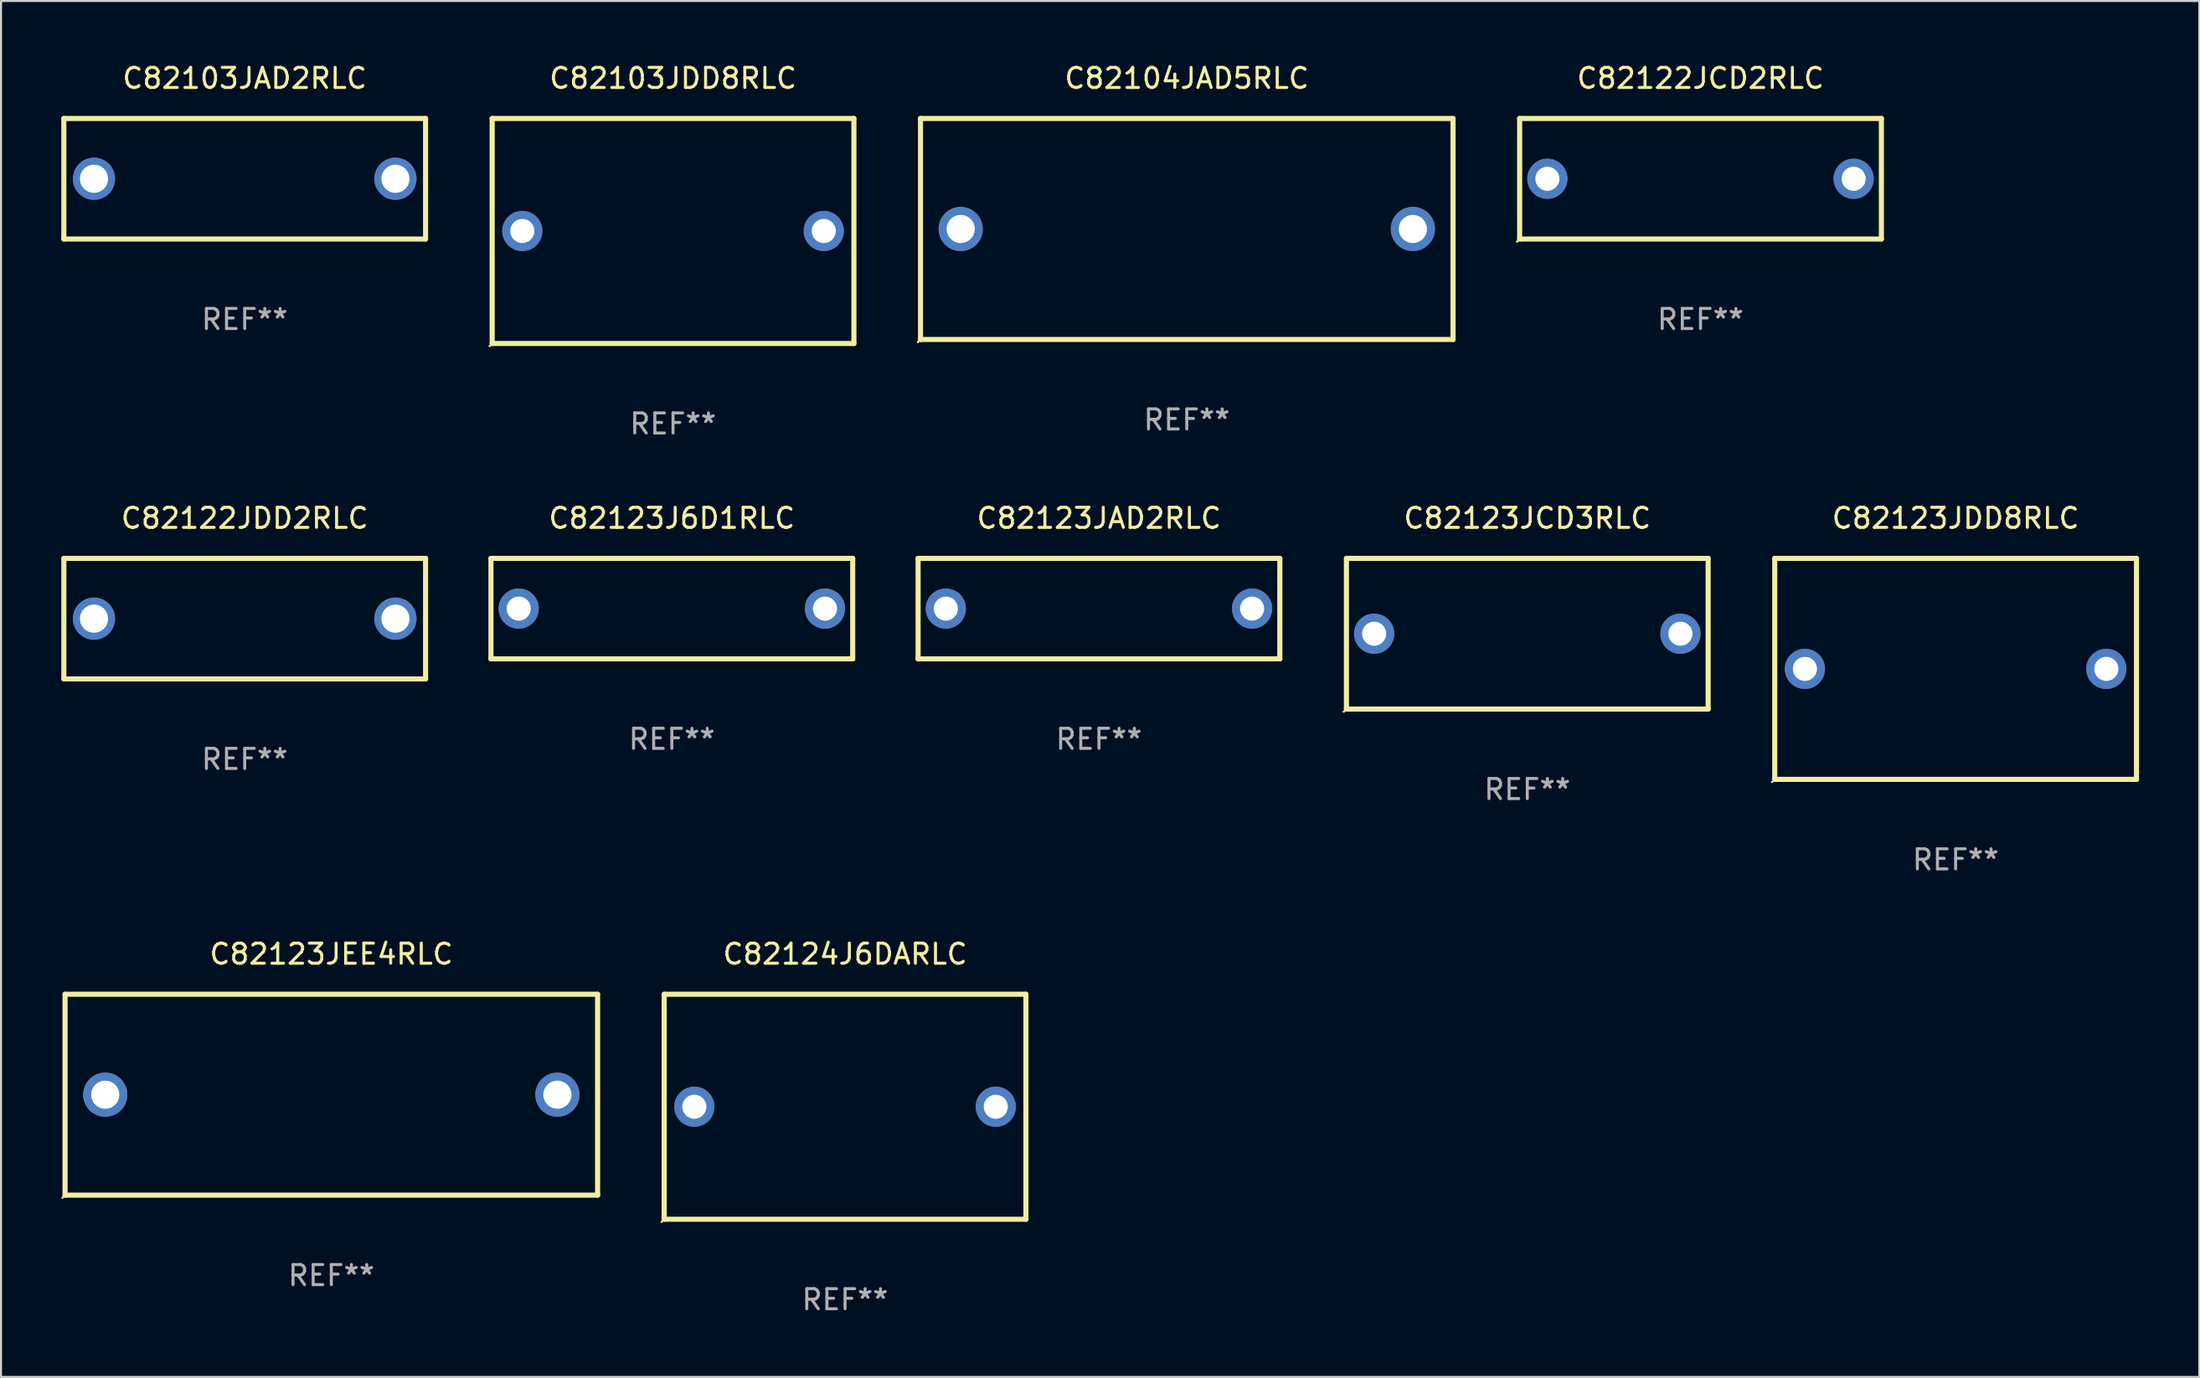
<source format=kicad_pcb>
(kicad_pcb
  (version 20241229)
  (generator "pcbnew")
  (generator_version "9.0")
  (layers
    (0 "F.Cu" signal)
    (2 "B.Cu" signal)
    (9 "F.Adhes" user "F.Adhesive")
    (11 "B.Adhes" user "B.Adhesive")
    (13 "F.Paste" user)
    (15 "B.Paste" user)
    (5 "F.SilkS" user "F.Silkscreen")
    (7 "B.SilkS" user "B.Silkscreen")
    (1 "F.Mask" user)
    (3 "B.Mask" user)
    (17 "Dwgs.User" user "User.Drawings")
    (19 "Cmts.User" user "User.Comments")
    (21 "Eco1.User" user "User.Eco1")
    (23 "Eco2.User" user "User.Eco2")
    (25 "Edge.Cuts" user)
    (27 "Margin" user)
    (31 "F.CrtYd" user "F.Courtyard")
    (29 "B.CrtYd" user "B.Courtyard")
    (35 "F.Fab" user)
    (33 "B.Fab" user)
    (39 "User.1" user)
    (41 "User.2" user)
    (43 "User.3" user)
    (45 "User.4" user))
  (footprint "C82123J6D1RLC"
    (layer "F.Cu")
    (at 30.381 27.245)
    (property "Reference" "C82123J6D1RLC" (at 0 -4.5 0) (layer "F.SilkS") (effects (font (size 1 1) (thickness 0.15))))
    (attr through_hole)
    (fp_line (start -9 -2.5) (end 9 -2.5) (stroke (width 0.254) (type solid)) (layer "F.SilkS"))
    (fp_line (start -9 2.5) (end -9 -2.5) (stroke (width 0.254) (type solid)) (layer "F.SilkS"))
    (fp_line (start 9 -2.5) (end 9 2.5) (stroke (width 0.254) (type solid)) (layer "F.SilkS"))
    (fp_line (start 9 2.5) (end -9 2.5) (stroke (width 0.254) (type solid)) (layer "F.SilkS"))
    (fp_circle (center -9 2.5) (end -8.97 2.5) (stroke (width 0.06) (type solid)) (fill no) (layer "F.SilkS"))
    (fp_text user "REF**" (at 0 6.5 0) (layer "F.Fab") (effects (font (size 1 1) (thickness 0.15))))
    (pad "1" thru_hole circle (at -7.62 -0.000127) (size 2 2) (drill 1.2) (layers "*.Cu" "*.Mask"))
    (pad "2" thru_hole circle (at 7.62 -0.000127) (size 2 2) (drill 1.2) (layers "*.Cu" "*.Mask")))
  (footprint "C82122JCD2RLC"
    (layer "F.Cu")
    (at 81.569 5.848)
    (property "Reference" "C82122JCD2RLC" (at 0 -5 0) (layer "F.SilkS") (effects (font (size 1 1) (thickness 0.15))))
    (attr through_hole)
    (fp_line (start -9 -3) (end 9 -3) (stroke (width 0.254) (type solid)) (layer "F.SilkS"))
    (fp_line (start -9 3) (end -9 -3) (stroke (width 0.254) (type solid)) (layer "F.SilkS"))
    (fp_line (start 9 -3) (end 9 3) (stroke (width 0.254) (type solid)) (layer "F.SilkS"))
    (fp_line (start 9 3) (end -9 3) (stroke (width 0.254) (type solid)) (layer "F.SilkS"))
    (fp_circle (center -9.127 3.127) (end -9.097 3.127) (stroke (width 0.06) (type solid)) (fill no) (layer "F.SilkS"))
    (fp_text user "REF**" (at 0 7 0) (layer "F.Fab") (effects (font (size 1 1) (thickness 0.15))))
    (pad "1" thru_hole circle (at -7.62 0) (size 2 2) (drill 1.2) (layers "*.Cu" "*.Mask"))
    (pad "2" thru_hole circle (at 7.62 0) (size 2 2) (drill 1.2) (layers "*.Cu" "*.Mask")))
  (footprint "C82103JDD8RLC"
    (layer "F.Cu")
    (at 30.441 8.448)
    (property "Reference" "C82103JDD8RLC" (at 0 -7.6 0) (layer "F.SilkS") (effects (font (size 1 1) (thickness 0.15))))
    (attr through_hole)
    (fp_line (start -9 -5.6) (end 9 -5.6) (stroke (width 0.254) (type solid)) (layer "F.SilkS"))
    (fp_line (start -9 5.6) (end -9 -5.6) (stroke (width 0.254) (type solid)) (layer "F.SilkS"))
    (fp_line (start 9 -5.6) (end 9 5.6) (stroke (width 0.254) (type solid)) (layer "F.SilkS"))
    (fp_line (start 9 5.6) (end -9 5.6) (stroke (width 0.254) (type solid)) (layer "F.SilkS"))
    (fp_circle (center -9.127 5.727) (end -9.097 5.727) (stroke (width 0.06) (type solid)) (fill no) (layer "F.SilkS"))
    (fp_text user "REF**" (at 0 9.6 0) (layer "F.Fab") (effects (font (size 1 1) (thickness 0.15))))
    (pad "1" thru_hole circle (at -7.5 0) (size 2 2) (drill 1.2) (layers "*.Cu" "*.Mask"))
    (pad "2" thru_hole circle (at 7.5 0) (size 2 2) (drill 1.2) (layers "*.Cu" "*.Mask")))
  (footprint "C82103JAD2RLC"
    (layer "F.Cu")
    (at 9.127 5.848)
    (property "Reference" "C82103JAD2RLC" (at 0 -5 0) (layer "F.SilkS") (effects (font (size 1 1) (thickness 0.15))))
    (attr through_hole)
    (fp_line (start -9 -3) (end 9 -3) (stroke (width 0.254) (type solid)) (layer "F.SilkS"))
    (fp_line (start -9 3) (end -9 -3) (stroke (width 0.254) (type solid)) (layer "F.SilkS"))
    (fp_line (start 9 -3) (end 9 3) (stroke (width 0.254) (type solid)) (layer "F.SilkS"))
    (fp_line (start 9 3) (end -9 3) (stroke (width 0.254) (type solid)) (layer "F.SilkS"))
    (fp_circle (center -9 3) (end -8.97 3) (stroke (width 0.06) (type solid)) (fill no) (layer "F.SilkS"))
    (fp_text user "REF**" (at 0 7 0) (layer "F.Fab") (effects (font (size 1 1) (thickness 0.15))))
    (pad "1" thru_hole circle (at -7.5 0) (size 2.1 2.1) (drill 1.4) (layers "*.Cu" "*.Mask"))
    (pad "2" thru_hole circle (at 7.5 0) (size 2.1 2.1) (drill 1.4) (layers "*.Cu" "*.Mask")))
  (footprint "C82104JAD5RLC"
    (layer "F.Cu")
    (at 56.005 8.348)
    (property "Reference" "C82104JAD5RLC" (at 0 -7.5 0) (layer "F.SilkS") (effects (font (size 1 1) (thickness 0.15))))
    (attr through_hole)
    (fp_line (start -13.25 -5.5) (end 13.25 -5.5) (stroke (width 0.254) (type solid)) (layer "F.SilkS"))
    (fp_line (start -13.25 5.5) (end -13.25 -5.5) (stroke (width 0.254) (type solid)) (layer "F.SilkS"))
    (fp_line (start 13.25 -5.5) (end 13.25 5.5) (stroke (width 0.254) (type solid)) (layer "F.SilkS"))
    (fp_line (start 13.25 5.5) (end -13.25 5.5) (stroke (width 0.254) (type solid)) (layer "F.SilkS"))
    (fp_circle (center -13.377 5.627) (end -13.347 5.627) (stroke (width 0.06) (type solid)) (fill no) (layer "F.SilkS"))
    (fp_text user "REF**" (at 0 9.5 0) (layer "F.Fab") (effects (font (size 1 1) (thickness 0.15))))
    (pad "1" thru_hole circle (at -11.25 0) (size 2.2 2.2) (drill 1.4) (layers "*.Cu" "*.Mask"))
    (pad "2" thru_hole circle (at 11.25 0) (size 2.2 2.2) (drill 1.4) (layers "*.Cu" "*.Mask")))
  (footprint "C82123JCD3RLC"
    (layer "F.Cu")
    (at 72.949 28.495)
    (property "Reference" "C82123JCD3RLC" (at 0 -5.75 0) (layer "F.SilkS") (effects (font (size 1 1) (thickness 0.15))))
    (attr through_hole)
    (fp_line (start -9 -3.75) (end 9 -3.75) (stroke (width 0.254) (type solid)) (layer "F.SilkS"))
    (fp_line (start -9 3.75) (end -9 -3.75) (stroke (width 0.254) (type solid)) (layer "F.SilkS"))
    (fp_line (start 9 -3.75) (end 9 3.75) (stroke (width 0.254) (type solid)) (layer "F.SilkS"))
    (fp_line (start 9 3.75) (end -9 3.75) (stroke (width 0.254) (type solid)) (layer "F.SilkS"))
    (fp_circle (center -9.127 3.877) (end -9.097 3.877) (stroke (width 0.06) (type solid)) (fill no) (layer "F.SilkS"))
    (fp_text user "REF**" (at 0 7.75 0) (layer "F.Fab") (effects (font (size 1 1) (thickness 0.15))))
    (pad "1" thru_hole circle (at -7.62 0) (size 2 2) (drill 1.2) (layers "*.Cu" "*.Mask"))
    (pad "2" thru_hole circle (at 7.62 0) (size 2 2) (drill 1.2) (layers "*.Cu" "*.Mask")))
  (footprint "C82123JDD8RLC"
    (layer "F.Cu")
    (at 94.263 30.245)
    (property "Reference" "C82123JDD8RLC" (at 0 -7.5 0) (layer "F.SilkS") (effects (font (size 1 1) (thickness 0.15))))
    (attr through_hole)
    (fp_line (start -9 -5.5) (end 9 -5.5) (stroke (width 0.254) (type solid)) (layer "F.SilkS"))
    (fp_line (start -9 5.5) (end -9 -5.5) (stroke (width 0.254) (type solid)) (layer "F.SilkS"))
    (fp_line (start 9 -5.5) (end 9 5.5) (stroke (width 0.254) (type solid)) (layer "F.SilkS"))
    (fp_line (start 9 5.5) (end -9 5.5) (stroke (width 0.254) (type solid)) (layer "F.SilkS"))
    (fp_circle (center -9.127 5.627) (end -9.097 5.627) (stroke (width 0.06) (type solid)) (fill no) (layer "F.SilkS"))
    (fp_text user "REF**" (at 0 9.5 0) (layer "F.Fab") (effects (font (size 1 1) (thickness 0.15))))
    (pad "1" thru_hole circle (at -7.5 0) (size 2 2) (drill 1.2) (layers "*.Cu" "*.Mask"))
    (pad "2" thru_hole circle (at 7.5 0) (size 2 2) (drill 1.2) (layers "*.Cu" "*.Mask")))
  (footprint "C82124J6DARLC"
    (layer "F.Cu")
    (at 39.001 52.041)
    (property "Reference" "C82124J6DARLC" (at 0 -7.6 0) (layer "F.SilkS") (effects (font (size 1 1) (thickness 0.15))))
    (attr through_hole)
    (fp_line (start -9 -5.6) (end 9 -5.6) (stroke (width 0.254) (type solid)) (layer "F.SilkS"))
    (fp_line (start -9 5.6) (end -9 -5.6) (stroke (width 0.254) (type solid)) (layer "F.SilkS"))
    (fp_line (start 9 -5.6) (end 9 5.6) (stroke (width 0.254) (type solid)) (layer "F.SilkS"))
    (fp_line (start 9 5.6) (end -9 5.6) (stroke (width 0.254) (type solid)) (layer "F.SilkS"))
    (fp_circle (center -9.127 5.727) (end -9.097 5.727) (stroke (width 0.06) (type solid)) (fill no) (layer "F.SilkS"))
    (fp_text user "REF**" (at 0 9.6 0) (layer "F.Fab") (effects (font (size 1 1) (thickness 0.15))))
    (pad "1" thru_hole circle (at -7.5 0) (size 2 2) (drill 1.2) (layers "*.Cu" "*.Mask"))
    (pad "2" thru_hole circle (at 7.5 0) (size 2 2) (drill 1.2) (layers "*.Cu" "*.Mask")))
  (footprint "C82122JDD2RLC"
    (layer "F.Cu")
    (at 9.127 27.745)
    (property "Reference" "C82122JDD2RLC" (at 0 -5 0) (layer "F.SilkS") (effects (font (size 1 1) (thickness 0.15))))
    (attr through_hole)
    (fp_line (start -9 -3) (end 9 -3) (stroke (width 0.254) (type solid)) (layer "F.SilkS"))
    (fp_line (start -9 3) (end -9 -3) (stroke (width 0.254) (type solid)) (layer "F.SilkS"))
    (fp_line (start 9 -3) (end 9 3) (stroke (width 0.254) (type solid)) (layer "F.SilkS"))
    (fp_line (start 9 3) (end -9 3) (stroke (width 0.254) (type solid)) (layer "F.SilkS"))
    (fp_circle (center -9 3) (end -8.97 3) (stroke (width 0.06) (type solid)) (fill no) (layer "F.SilkS"))
    (fp_text user "REF**" (at 0 7 0) (layer "F.Fab") (effects (font (size 1 1) (thickness 0.15))))
    (pad "1" thru_hole circle (at -7.5 0) (size 2.1 2.1) (drill 1.4) (layers "*.Cu" "*.Mask"))
    (pad "2" thru_hole circle (at 7.5 0) (size 2.1 2.1) (drill 1.4) (layers "*.Cu" "*.Mask")))
  (footprint "C82123JEE4RLC"
    (layer "F.Cu")
    (at 13.437 51.441)
    (property "Reference" "C82123JEE4RLC" (at 0 -7 0) (layer "F.SilkS") (effects (font (size 1 1) (thickness 0.15))))
    (attr through_hole)
    (fp_line (start -13.25 -5) (end 13.25 -5) (stroke (width 0.254) (type solid)) (layer "F.SilkS"))
    (fp_line (start -13.25 5) (end -13.25 -5) (stroke (width 0.254) (type solid)) (layer "F.SilkS"))
    (fp_line (start 13.25 -5) (end 13.25 5) (stroke (width 0.254) (type solid)) (layer "F.SilkS"))
    (fp_line (start 13.25 5) (end -13.25 5) (stroke (width 0.254) (type solid)) (layer "F.SilkS"))
    (fp_circle (center -13.377 5.127) (end -13.347 5.127) (stroke (width 0.06) (type solid)) (fill no) (layer "F.SilkS"))
    (fp_text user "REF**" (at 0 9 0) (layer "F.Fab") (effects (font (size 1 1) (thickness 0.15))))
    (pad "1" thru_hole circle (at -11.25 0) (size 2.2 2.2) (drill 1.4) (layers "*.Cu" "*.Mask"))
    (pad "2" thru_hole circle (at 11.25 0) (size 2.2 2.2) (drill 1.4) (layers "*.Cu" "*.Mask")))
  (footprint "C82123JAD2RLC"
    (layer "F.Cu")
    (at 51.635 27.245)
    (property "Reference" "C82123JAD2RLC" (at 0 -4.5 0) (layer "F.SilkS") (effects (font (size 1 1) (thickness 0.15))))
    (attr through_hole)
    (fp_line (start -9 -2.5) (end 9 -2.5) (stroke (width 0.254) (type solid)) (layer "F.SilkS"))
    (fp_line (start -9 2.5) (end -9 -2.5) (stroke (width 0.254) (type solid)) (layer "F.SilkS"))
    (fp_line (start 9 -2.5) (end 9 2.5) (stroke (width 0.254) (type solid)) (layer "F.SilkS"))
    (fp_line (start 9 2.5) (end -9 2.5) (stroke (width 0.254) (type solid)) (layer "F.SilkS"))
    (fp_circle (center -9 2.5) (end -8.97 2.5) (stroke (width 0.06) (type solid)) (fill no) (layer "F.SilkS"))
    (fp_text user "REF**" (at 0 6.5 0) (layer "F.Fab") (effects (font (size 1 1) (thickness 0.15))))
    (pad "1" thru_hole circle (at -7.62 -0.000127) (size 2 2) (drill 1.2) (layers "*.Cu" "*.Mask"))
    (pad "2" thru_hole circle (at 7.62 -0.000127) (size 2 2) (drill 1.2) (layers "*.Cu" "*.Mask")))
  (gr_rect
    (start -3 -3)
    (end 106.39 65.49)
    (stroke (width 0.1) (type default))
    (fill no)
    (layer "Edge.Cuts")))
</source>
